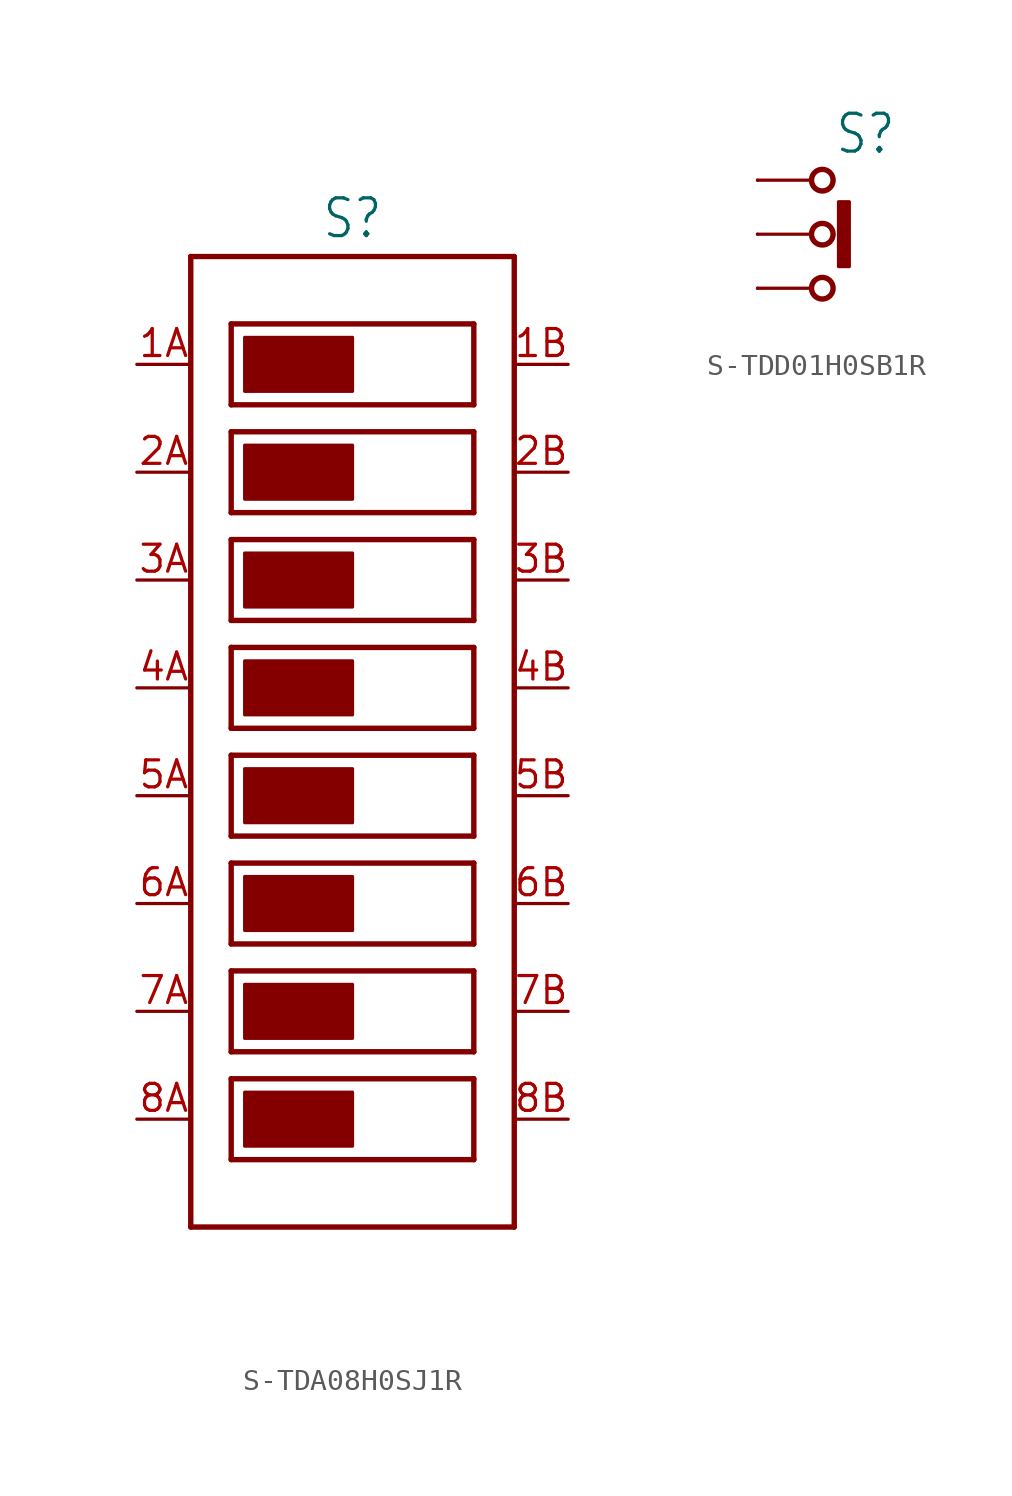
<source format=kicad_sym>
(kicad_symbol_lib
  (version 20231120)
  (generator "kicad_symbol_editor")
  (generator_version "8.0")
  (symbol "S-TDA08H0SJ1R"
    (property "Reference" "S"
      (at 0 23.622 0)
      (effects (font (size 1.778 1.511)) (justify bottom)))
    (property "Value" ""
      (at 0 -23.622 0)
      (effects (font (size 1.778 1.511)) (justify top)))
    (property "ki_locked" ""
      (at 0 0 0)
      (effects (font (size 1.27 1.27))))
    (symbol "S-TDA08H0SJ1R_1_0"
      (rectangle (start -5.08 -19.05) (end 0 -16.51) (stroke (width 0) (type default)) (fill (type outline)))
      (rectangle (start -5.08 -13.97) (end 0 -11.43) (stroke (width 0) (type default)) (fill (type outline)))
      (rectangle (start -5.08 -8.89) (end 0 -6.35) (stroke (width 0) (type default)) (fill (type outline)))
      (rectangle (start -5.08 -3.81) (end 0 -1.27) (stroke (width 0) (type default)) (fill (type outline)))
      (rectangle (start -5.08 1.27) (end 0 3.81) (stroke (width 0) (type default)) (fill (type outline)))
      (rectangle (start -5.08 6.35) (end 0 8.89) (stroke (width 0) (type default)) (fill (type outline)))
      (rectangle (start -5.08 11.43) (end 0 13.97) (stroke (width 0) (type default)) (fill (type outline)))
      (rectangle (start -5.08 16.51) (end 0 19.05) (stroke (width 0) (type default)) (fill (type outline)))
      (polyline (pts (xy -7.62 -22.86) (xy -7.62 22.86)) (stroke (width 0.254) (type solid)) (fill (type none)))
      (polyline (pts (xy -7.62 22.86) (xy 7.62 22.86)) (stroke (width 0.254) (type solid)) (fill (type none)))
      (polyline (pts (xy -5.715 -19.685) (xy 5.715 -19.685)) (stroke (width 0.254) (type solid)) (fill (type none)))
      (polyline (pts (xy -5.715 -15.875) (xy -5.715 -19.685)) (stroke (width 0.254) (type solid)) (fill (type none)))
      (polyline (pts (xy -5.715 -14.605) (xy 5.715 -14.605)) (stroke (width 0.254) (type solid)) (fill (type none)))
      (polyline (pts (xy -5.715 -10.795) (xy -5.715 -14.605)) (stroke (width 0.254) (type solid)) (fill (type none)))
      (polyline (pts (xy -5.715 -9.525) (xy 5.715 -9.525)) (stroke (width 0.254) (type solid)) (fill (type none)))
      (polyline (pts (xy -5.715 -5.715) (xy -5.715 -9.525)) (stroke (width 0.254) (type solid)) (fill (type none)))
      (polyline (pts (xy -5.715 -4.445) (xy 5.715 -4.445)) (stroke (width 0.254) (type solid)) (fill (type none)))
      (polyline (pts (xy -5.715 -0.635) (xy -5.715 -4.445)) (stroke (width 0.254) (type solid)) (fill (type none)))
      (polyline (pts (xy -5.715 0.635) (xy 5.715 0.635)) (stroke (width 0.254) (type solid)) (fill (type none)))
      (polyline (pts (xy -5.715 4.445) (xy -5.715 0.635)) (stroke (width 0.254) (type solid)) (fill (type none)))
      (polyline (pts (xy -5.715 5.715) (xy 5.715 5.715)) (stroke (width 0.254) (type solid)) (fill (type none)))
      (polyline (pts (xy -5.715 9.525) (xy -5.715 5.715)) (stroke (width 0.254) (type solid)) (fill (type none)))
      (polyline (pts (xy -5.715 10.795) (xy 5.715 10.795)) (stroke (width 0.254) (type solid)) (fill (type none)))
      (polyline (pts (xy -5.715 14.605) (xy -5.715 10.795)) (stroke (width 0.254) (type solid)) (fill (type none)))
      (polyline (pts (xy -5.715 15.875) (xy 5.715 15.875)) (stroke (width 0.254) (type solid)) (fill (type none)))
      (polyline (pts (xy -5.715 19.685) (xy -5.715 15.875)) (stroke (width 0.254) (type solid)) (fill (type none)))
      (polyline (pts (xy 5.715 -19.685) (xy 5.715 -15.875)) (stroke (width 0.254) (type solid)) (fill (type none)))
      (polyline (pts (xy 5.715 -15.875) (xy -5.715 -15.875)) (stroke (width 0.254) (type solid)) (fill (type none)))
      (polyline (pts (xy 5.715 -14.605) (xy 5.715 -10.795)) (stroke (width 0.254) (type solid)) (fill (type none)))
      (polyline (pts (xy 5.715 -10.795) (xy -5.715 -10.795)) (stroke (width 0.254) (type solid)) (fill (type none)))
      (polyline (pts (xy 5.715 -9.525) (xy 5.715 -5.715)) (stroke (width 0.254) (type solid)) (fill (type none)))
      (polyline (pts (xy 5.715 -5.715) (xy -5.715 -5.715)) (stroke (width 0.254) (type solid)) (fill (type none)))
      (polyline (pts (xy 5.715 -4.445) (xy 5.715 -0.635)) (stroke (width 0.254) (type solid)) (fill (type none)))
      (polyline (pts (xy 5.715 -0.635) (xy -5.715 -0.635)) (stroke (width 0.254) (type solid)) (fill (type none)))
      (polyline (pts (xy 5.715 0.635) (xy 5.715 4.445)) (stroke (width 0.254) (type solid)) (fill (type none)))
      (polyline (pts (xy 5.715 4.445) (xy -5.715 4.445)) (stroke (width 0.254) (type solid)) (fill (type none)))
      (polyline (pts (xy 5.715 5.715) (xy 5.715 9.525)) (stroke (width 0.254) (type solid)) (fill (type none)))
      (polyline (pts (xy 5.715 9.525) (xy -5.715 9.525)) (stroke (width 0.254) (type solid)) (fill (type none)))
      (polyline (pts (xy 5.715 10.795) (xy 5.715 14.605)) (stroke (width 0.254) (type solid)) (fill (type none)))
      (polyline (pts (xy 5.715 14.605) (xy -5.715 14.605)) (stroke (width 0.254) (type solid)) (fill (type none)))
      (polyline (pts (xy 5.715 15.875) (xy 5.715 19.685)) (stroke (width 0.254) (type solid)) (fill (type none)))
      (polyline (pts (xy 5.715 19.685) (xy -5.715 19.685)) (stroke (width 0.254) (type solid)) (fill (type none)))
      (polyline (pts (xy 7.62 -22.86) (xy -7.62 -22.86)) (stroke (width 0.254) (type solid)) (fill (type none)))
      (polyline (pts (xy 7.62 22.86) (xy 7.62 -22.86)) (stroke (width 0.254) (type solid)) (fill (type none)))
      (pin passive line (at -10.16 17.78 0) (length 2.54) (name "1A" (effects (font (size 0 0)))) (number "1A" (effects (font (size 1.27 1.27)))))
      (pin passive line (at 10.16 17.78 180) (length 2.54) (name "1B" (effects (font (size 0 0)))) (number "1B" (effects (font (size 1.27 1.27)))))
      (pin passive line (at -10.16 12.7 0) (length 2.54) (name "2A" (effects (font (size 0 0)))) (number "2A" (effects (font (size 1.27 1.27)))))
      (pin passive line (at 10.16 12.7 180) (length 2.54) (name "2B" (effects (font (size 0 0)))) (number "2B" (effects (font (size 1.27 1.27)))))
      (pin passive line (at -10.16 7.62 0) (length 2.54) (name "3A" (effects (font (size 0 0)))) (number "3A" (effects (font (size 1.27 1.27)))))
      (pin passive line (at 10.16 7.62 180) (length 2.54) (name "3B" (effects (font (size 0 0)))) (number "3B" (effects (font (size 1.27 1.27)))))
      (pin passive line (at -10.16 2.54 0) (length 2.54) (name "4A" (effects (font (size 0 0)))) (number "4A" (effects (font (size 1.27 1.27)))))
      (pin passive line (at 10.16 2.54 180) (length 2.54) (name "4B" (effects (font (size 0 0)))) (number "4B" (effects (font (size 1.27 1.27)))))
      (pin passive line (at -10.16 -2.54 0) (length 2.54) (name "5A" (effects (font (size 0 0)))) (number "5A" (effects (font (size 1.27 1.27)))))
      (pin passive line (at 10.16 -2.54 180) (length 2.54) (name "5B" (effects (font (size 0 0)))) (number "5B" (effects (font (size 1.27 1.27)))))
      (pin passive line (at -10.16 -7.62 0) (length 2.54) (name "6A" (effects (font (size 0 0)))) (number "6A" (effects (font (size 1.27 1.27)))))
      (pin passive line (at 10.16 -7.62 180) (length 2.54) (name "6B" (effects (font (size 0 0)))) (number "6B" (effects (font (size 1.27 1.27)))))
      (pin passive line (at -10.16 -12.7 0) (length 2.54) (name "7A" (effects (font (size 0 0)))) (number "7A" (effects (font (size 1.27 1.27)))))
      (pin passive line (at 10.16 -12.7 180) (length 2.54) (name "7B" (effects (font (size 0 0)))) (number "7B" (effects (font (size 1.27 1.27)))))
      (pin passive line (at -10.16 -17.78 0) (length 2.54) (name "8A" (effects (font (size 0 0)))) (number "8A" (effects (font (size 1.27 1.27)))))
      (pin passive line (at 10.16 -17.78 180) (length 2.54) (name "8B" (effects (font (size 0 0)))) (number "8B" (effects (font (size 1.27 1.27)))))))
  (symbol "S-TDD01H0SB1R"
    (property "Reference" "S"
      (at 0 3.683 0)
      (effects (font (size 1.778 1.511)) (justify bottom)))
    (property "Value" ""
      (at 0 -3.683 0)
      (effects (font (size 1.778 1.511)) (justify top)))
    (property "ki_locked" ""
      (at 0 0 0)
      (effects (font (size 1.27 1.27))))
    (symbol "S-TDD01H0SB1R_1_0"
      (circle (center -2.032 -2.54) (radius 0.508) (stroke (width 0.254) (type solid)) (fill (type none)))
      (circle (center -2.032 0) (radius 0.508) (stroke (width 0.254) (type solid)) (fill (type none)))
      (circle (center -2.032 2.54) (radius 0.508) (stroke (width 0.254) (type solid)) (fill (type none)))
      (rectangle (start -1.27 -1.524) (end -0.762 1.524) (stroke (width 0) (type default)) (fill (type outline)))
      (polyline (pts (xy -5.08 -2.54) (xy -2.54 -2.54)) (stroke (width 0.152) (type solid)) (fill (type none)))
      (polyline (pts (xy -5.08 0) (xy -2.54 0)) (stroke (width 0.152) (type solid)) (fill (type none)))
      (polyline (pts (xy -5.08 2.54) (xy -2.54 2.54)) (stroke (width 0.152) (type solid)) (fill (type none)))
      (pin passive line (at -5.08 2.54 0) (length 0) (name "1" (effects (font (size 0 0)))) (number "1" (effects (font (size 0 0)))))
      (pin passive line (at -5.08 -2.54 0) (length 0) (name "2" (effects (font (size 0 0)))) (number "2" (effects (font (size 0 0)))))
      (pin passive line (at -5.08 0 0) (length 0) (name "C" (effects (font (size 0 0)))) (number "C" (effects (font (size 0 0))))))))
</source>
